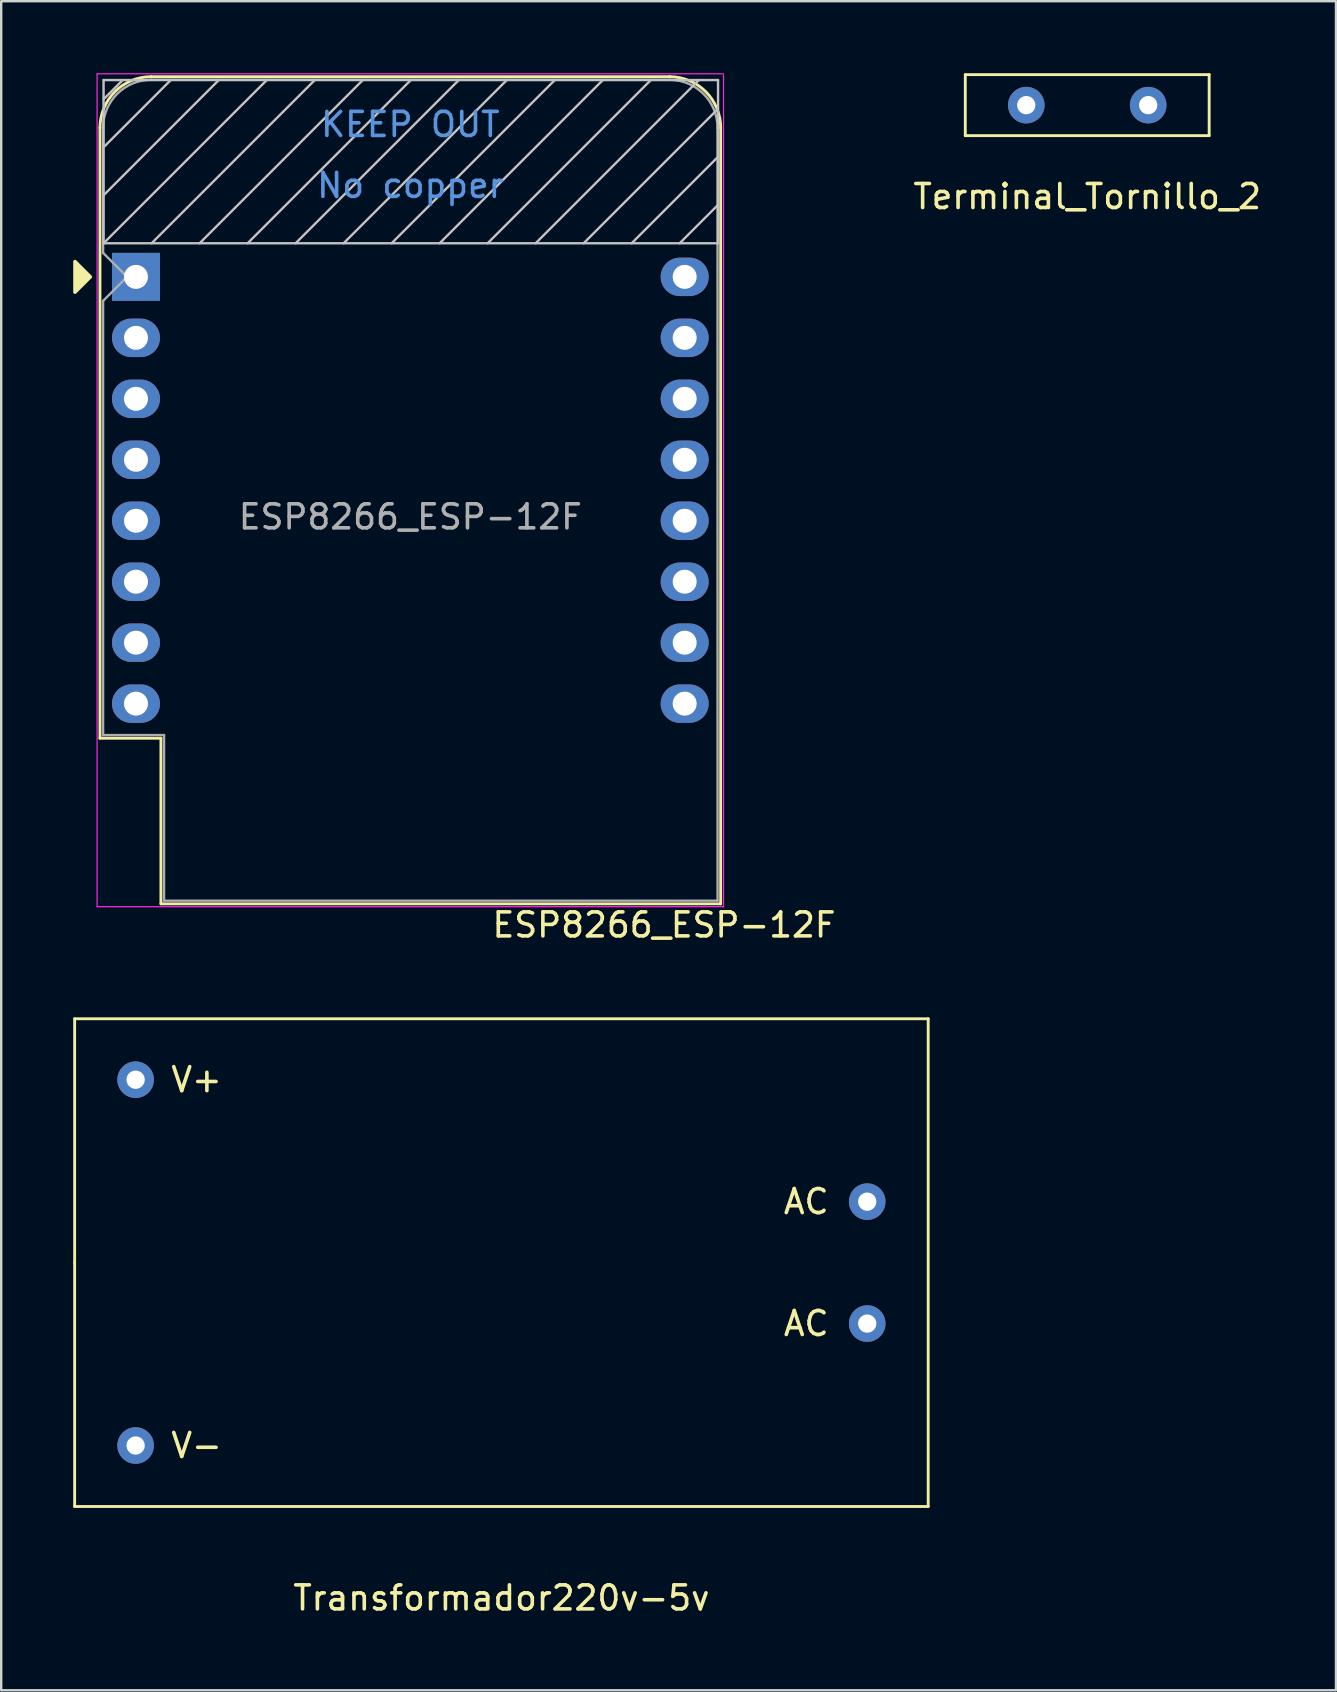
<source format=kicad_pcb>
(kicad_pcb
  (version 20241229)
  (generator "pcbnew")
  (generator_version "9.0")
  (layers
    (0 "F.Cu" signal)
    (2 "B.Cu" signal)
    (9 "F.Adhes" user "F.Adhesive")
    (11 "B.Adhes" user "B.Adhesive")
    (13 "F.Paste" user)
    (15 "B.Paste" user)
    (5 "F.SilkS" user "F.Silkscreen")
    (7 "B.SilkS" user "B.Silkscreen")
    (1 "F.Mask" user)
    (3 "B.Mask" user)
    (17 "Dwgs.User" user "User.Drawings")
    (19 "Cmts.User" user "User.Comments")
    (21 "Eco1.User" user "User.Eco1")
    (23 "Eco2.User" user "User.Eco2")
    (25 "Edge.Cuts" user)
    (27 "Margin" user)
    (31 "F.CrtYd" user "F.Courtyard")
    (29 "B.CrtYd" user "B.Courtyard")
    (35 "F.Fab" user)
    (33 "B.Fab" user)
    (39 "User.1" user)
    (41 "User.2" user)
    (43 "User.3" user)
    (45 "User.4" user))
  (footprint "Transformador220v-5v"
    (layer "F.Cu")
    (at 17.84 49.553)
    (property "Reference" "Transformador220v-5v" (at 0 13.97 0) (layer "F.SilkS") (effects (font (size 1 1) (thickness 0.15))))
    (attr through_hole)
    (fp_line (start -17.78 -10.16) (end 17.78 -10.16) (stroke (width 0.12) (type solid)) (layer "F.SilkS"))
    (fp_line (start -17.78 0) (end -17.78 -10.16) (stroke (width 0.12) (type solid)) (layer "F.SilkS"))
    (fp_line (start -17.78 10.16) (end -17.78 0) (stroke (width 0.12) (type solid)) (layer "F.SilkS"))
    (fp_line (start 17.78 -10.16) (end 17.78 10.16) (stroke (width 0.12) (type solid)) (layer "F.SilkS"))
    (fp_line (start 17.78 10.16) (end -17.78 10.16) (stroke (width 0.12) (type solid)) (layer "F.SilkS"))
    (fp_text user "V+" (at -12.7 -7.62 0) (layer "F.SilkS") (effects (font (size 1 1) (thickness 0.15))))
    (fp_text user "V-" (at -12.7 7.62 0) (layer "F.SilkS") (effects (font (size 1 1) (thickness 0.15))))
    (fp_text user "AC" (at 12.7 2.54 0) (layer "F.SilkS") (effects (font (size 1 1) (thickness 0.15))))
    (fp_text user "AC" (at 12.7 -2.54 0) (layer "F.SilkS") (effects (font (size 1 1) (thickness 0.15))))
    (pad "0" thru_hole circle (at 15.24 -2.54) (size 1.524 1.524) (drill 0.762) (layers "*.Cu" "*.Mask"))
    (pad "1" thru_hole circle (at 15.24 2.54) (size 1.524 1.524) (drill 0.762) (layers "*.Cu" "*.Mask"))
    (pad "2" thru_hole circle (at -15.24 7.62) (size 1.524 1.524) (drill 0.762) (layers "*.Cu" "*.Mask"))
    (pad "3" thru_hole circle (at -15.24 -7.62) (size 1.524 1.524) (drill 0.762) (layers "*.Cu" "*.Mask")))
  (footprint "Terminal_Tornillo_2"
    (layer "F.Cu")
    (at 42.246 1.33)
    (property "Reference" "Terminal_Tornillo_2" (at 0 3.81 0) (layer "F.SilkS") (effects (font (size 1 1) (thickness 0.15))))
    (attr through_hole)
    (fp_line (start -5.08 -1.27) (end 5.08 -1.27) (stroke (width 0.12) (type solid)) (layer "F.SilkS"))
    (fp_line (start -5.08 1.27) (end -5.08 -1.27) (stroke (width 0.12) (type solid)) (layer "F.SilkS"))
    (fp_line (start 5.08 -1.27) (end 5.08 1.27) (stroke (width 0.12) (type solid)) (layer "F.SilkS"))
    (fp_line (start 5.08 1.27) (end -5.08 1.27) (stroke (width 0.12) (type solid)) (layer "F.SilkS"))
    (pad "1" thru_hole circle (at -2.54 0) (size 1.524 1.524) (drill 0.762) (layers "*.Cu" "*.Mask"))
    (pad "2" thru_hole circle (at 2.54 0) (size 1.524 1.524) (drill 0.762) (layers "*.Cu" "*.Mask")))
  (footprint "ESP8266_ESP-12F"
    (layer "F.Cu")
    (at 2.615 8.485)
    (property "Reference" "ESP8266_ESP-12F" (at 22 27 0) (layer "F.SilkS") (effects (font (size 1 1) (thickness 0.15))))
    (attr through_hole)
    (fp_line (start -1.5 19.22) (end -1.5 -6.21) (stroke (width 0.12) (type solid)) (layer "F.SilkS"))
    (fp_line (start -1.5 19.22) (end 1.04 19.22) (stroke (width 0.12) (type solid)) (layer "F.SilkS"))
    (fp_line (start 1.04 19.22) (end 1.04 26.12) (stroke (width 0.12) (type solid)) (layer "F.SilkS"))
    (fp_line (start 1.04 26.12) (end 24.36 26.12) (stroke (width 0.12) (type solid)) (layer "F.SilkS"))
    (fp_line (start 22.24 -8.34) (end 0.63 -8.34) (stroke (width 0.12) (type solid)) (layer "F.SilkS"))
    (fp_line (start 24.36 26.12) (end 24.36 -6.21) (stroke (width 0.12) (type solid)) (layer "F.SilkS"))
    (fp_arc (start -1.5 -6.21) (mid -0.876137 -7.716137) (end 0.63 -8.34) (stroke (width 0.12) (type solid)) (layer "F.SilkS"))
    (fp_arc (start 22.23 -8.34) (mid 23.736137 -7.716137) (end 24.36 -6.21) (stroke (width 0.12) (type solid)) (layer "F.SilkS"))
    (fp_poly (pts (xy -2.54 -0.635) (xy -2.54 0.635) (xy -1.905 0)) (stroke (width 0.15) (type solid)) (fill yes) (layer "F.SilkS"))
    (fp_line (start -1.35 -8.2) (end -1.35 -1.4) (stroke (width 0.1) (type solid)) (layer "Dwgs.User"))
    (fp_line (start -1.35 -7.4) (end -0.55 -8.2) (stroke (width 0.1) (type solid)) (layer "Dwgs.User"))
    (fp_line (start -1.35 -3.4) (end 3.45 -8.2) (stroke (width 0.1) (type solid)) (layer "Dwgs.User"))
    (fp_line (start -1.35 -1.4) (end 5.45 -8.2) (stroke (width 0.1) (type solid)) (layer "Dwgs.User"))
    (fp_line (start -1.35 -1.4) (end 24.25 -1.4) (stroke (width 0.1) (type solid)) (layer "Dwgs.User"))
    (fp_line (start -1.3 -5.45) (end 1.45 -8.2) (stroke (width 0.1) (type solid)) (layer "Dwgs.User"))
    (fp_line (start 0.65 -1.4) (end 7.45 -8.2) (stroke (width 0.1) (type solid)) (layer "Dwgs.User"))
    (fp_line (start 2.65 -1.4) (end 9.45 -8.2) (stroke (width 0.1) (type solid)) (layer "Dwgs.User"))
    (fp_line (start 4.65 -1.4) (end 11.45 -8.2) (stroke (width 0.1) (type solid)) (layer "Dwgs.User"))
    (fp_line (start 6.65 -1.4) (end 13.45 -8.2) (stroke (width 0.1) (type solid)) (layer "Dwgs.User"))
    (fp_line (start 8.65 -1.4) (end 15.45 -8.2) (stroke (width 0.1) (type solid)) (layer "Dwgs.User"))
    (fp_line (start 10.65 -1.4) (end 17.45 -8.2) (stroke (width 0.1) (type solid)) (layer "Dwgs.User"))
    (fp_line (start 12.65 -1.4) (end 19.45 -8.2) (stroke (width 0.1) (type solid)) (layer "Dwgs.User"))
    (fp_line (start 14.65 -1.4) (end 21.45 -8.2) (stroke (width 0.1) (type solid)) (layer "Dwgs.User"))
    (fp_line (start 16.65 -1.4) (end 23.45 -8.2) (stroke (width 0.1) (type solid)) (layer "Dwgs.User"))
    (fp_line (start 18.65 -1.4) (end 24.25 -7) (stroke (width 0.1) (type solid)) (layer "Dwgs.User"))
    (fp_line (start 20.65 -1.4) (end 24.25 -5) (stroke (width 0.1) (type solid)) (layer "Dwgs.User"))
    (fp_line (start 22.65 -1.4) (end 24.25 -3) (stroke (width 0.1) (type solid)) (layer "Dwgs.User"))
    (fp_line (start 24.25 -8.2) (end -1.35 -8.2) (stroke (width 0.1) (type solid)) (layer "Dwgs.User"))
    (fp_line (start 24.25 -1.4) (end 24.25 -8.2) (stroke (width 0.1) (type solid)) (layer "Dwgs.User"))
    (fp_line (start -1.62 -8.46) (end 24.48 -8.46) (stroke (width 0.05) (type solid)) (layer "F.CrtYd"))
    (fp_line (start -1.62 26.24) (end -1.62 -8.46) (stroke (width 0.05) (type solid)) (layer "F.CrtYd"))
    (fp_line (start 24.48 -8.41) (end 24.48 26.24) (stroke (width 0.05) (type solid)) (layer "F.CrtYd"))
    (fp_line (start 24.48 26.24) (end -1.62 26.24) (stroke (width 0.05) (type solid)) (layer "F.CrtYd"))
    (fp_line (start -1.37 -6.21) (end -1.37 -1) (stroke (width 0.1) (type solid)) (layer "F.Fab"))
    (fp_line (start -1.37 1) (end -1.37 19.09) (stroke (width 0.1) (type solid)) (layer "F.Fab"))
    (fp_line (start -1.37 1) (end -0.37 0) (stroke (width 0.1) (type solid)) (layer "F.Fab"))
    (fp_line (start -1.37 19.09) (end 1.17 19.09) (stroke (width 0.1) (type solid)) (layer "F.Fab"))
    (fp_line (start -0.37 0) (end -1.37 -1) (stroke (width 0.1) (type solid)) (layer "F.Fab"))
    (fp_line (start 1.17 19.09) (end 1.17 25.99) (stroke (width 0.1) (type solid)) (layer "F.Fab"))
    (fp_line (start 1.17 25.99) (end 24.23 25.99) (stroke (width 0.1) (type solid)) (layer "F.Fab"))
    (fp_line (start 22.23 -8.21) (end 0.63 -8.21) (stroke (width 0.1) (type solid)) (layer "F.Fab"))
    (fp_line (start 24.23 25.99) (end 24.23 -6.21) (stroke (width 0.1) (type solid)) (layer "F.Fab"))
    (fp_arc (start -1.37 -6.21) (mid -0.784214 -7.624214) (end 0.63 -8.21) (stroke (width 0.1) (type solid)) (layer "F.Fab"))
    (fp_arc (start 22.25 -8.21) (mid 23.658356 -7.610071) (end 24.23 -6.19) (stroke (width 0.1) (type solid)) (layer "F.Fab"))
    (fp_text user "KEEP OUT" (at 11.43 -6.35 0) (layer "Cmts.User") (effects (font (size 1 1) (thickness 0.15))))
    (fp_text user "No copper" (at 11.43 -3.81 0) (layer "Cmts.User") (effects (font (size 1 1) (thickness 0.15))))
    (fp_text user "${REFERENCE}" (at 11.43 10 0) (layer "F.Fab") (effects (font (size 1 1) (thickness 0.15))))
    (pad "1" thru_hole rect (at 0 0) (size 2 2) (drill 1) (layers "*.Cu" "*.Mask"))
    (pad "2" thru_hole oval (at 0 2.54) (size 2 1.6) (drill 1) (layers "*.Cu" "*.Mask"))
    (pad "3" thru_hole oval (at 0 5.08) (size 2 1.6) (drill 1) (layers "*.Cu" "*.Mask"))
    (pad "4" thru_hole oval (at 0 7.62) (size 2 1.6) (drill 1) (layers "*.Cu" "*.Mask"))
    (pad "5" thru_hole oval (at 0 10.16) (size 2 1.6) (drill 1) (layers "*.Cu" "*.Mask"))
    (pad "6" thru_hole oval (at 0 12.7) (size 2 1.6) (drill 1) (layers "*.Cu" "*.Mask"))
    (pad "7" thru_hole oval (at 0 15.24) (size 2 1.6) (drill 1) (layers "*.Cu" "*.Mask"))
    (pad "8" thru_hole oval (at 0 17.78) (size 2 1.6) (drill 1) (layers "*.Cu" "*.Mask"))
    (pad "9" thru_hole oval (at 22.86 17.78) (size 2 1.6) (drill 1) (layers "*.Cu" "*.Mask"))
    (pad "10" thru_hole oval (at 22.86 15.24) (size 2 1.6) (drill 1) (layers "*.Cu" "*.Mask"))
    (pad "11" thru_hole oval (at 22.86 12.7) (size 2 1.6) (drill 1) (layers "*.Cu" "*.Mask"))
    (pad "12" thru_hole oval (at 22.86 10.16) (size 2 1.6) (drill 1) (layers "*.Cu" "*.Mask"))
    (pad "13" thru_hole oval (at 22.86 7.62) (size 2 1.6) (drill 1) (layers "*.Cu" "*.Mask"))
    (pad "14" thru_hole oval (at 22.86 5.08) (size 2 1.6) (drill 1) (layers "*.Cu" "*.Mask"))
    (pad "15" thru_hole oval (at 22.86 2.54) (size 2 1.6) (drill 1) (layers "*.Cu" "*.Mask"))
    (pad "16" thru_hole oval (at 22.86 0) (size 2 1.6) (drill 1) (layers "*.Cu" "*.Mask")))
  (gr_rect
    (start -3 -3)
    (end 52.609 67.371)
    (stroke (width 0.1) (type default))
    (fill no)
    (layer "Edge.Cuts")))
</source>
